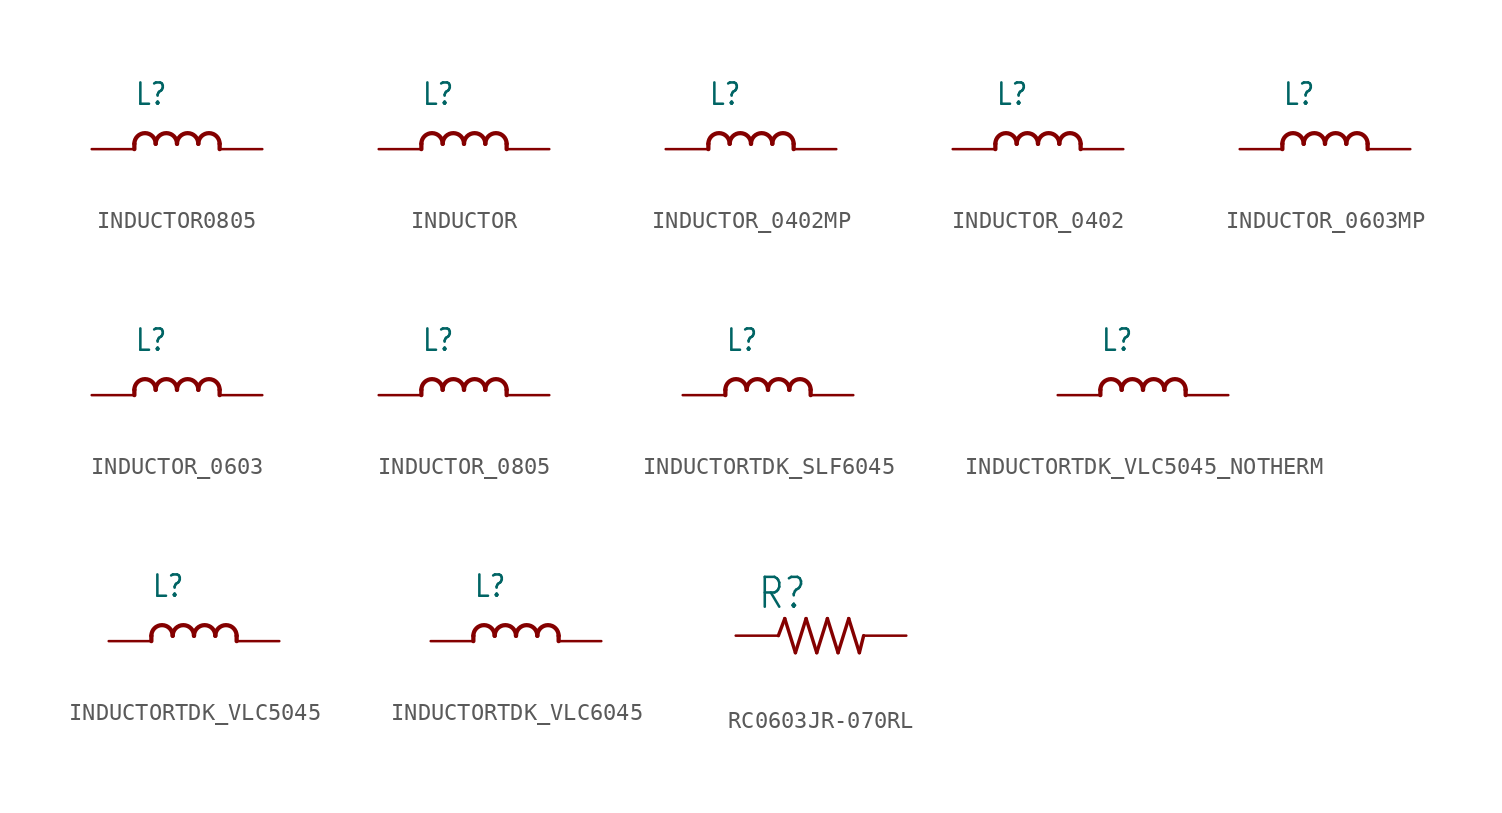
<source format=kicad_sym>
(kicad_symbol_lib
  (version 20220914)
  (generator kicad_symbol_editor)
  (symbol "INDUCTOR0805"
    (property "Reference" "L"
      (at -2.54 2.54 0)
      (effects (font (size 1.27 1.079)) (justify left bottom)))
    (property "Value" ""
      (at -2.54 -2.54 0)
      (effects (font (size 1.27 1.079)) (justify left bottom)))
    (property "ki_locked" ""
      (at 0 0 0)
      (effects (font (size 1.27 1.27))))
    (symbol "INDUCTOR0805_1_0"
      (arc (start -1.27 0.3173) (mid -1.9049 0.9524) (end -2.54 0.3175) (stroke (width 0.254) (type solid)) (fill (type none)))
      (polyline (pts (xy -2.54 0.318) (xy -2.54 0)) (stroke (width 0.254) (type solid)) (fill (type none)))
      (polyline (pts (xy 2.54 0.318) (xy 2.54 0)) (stroke (width 0.254) (type solid)) (fill (type none)))
      (arc (start 0 0.3173) (mid -0.6349 0.9524) (end -1.27 0.3175) (stroke (width 0.254) (type solid)) (fill (type none)))
      (arc (start 1.27 0.3173) (mid 0.6351 0.9524) (end 0 0.3175) (stroke (width 0.254) (type solid)) (fill (type none)))
      (arc (start 2.54 0.3173) (mid 1.9051 0.9524) (end 1.27 0.3175) (stroke (width 0.254) (type solid)) (fill (type none)))
      (pin passive line (at -5.08 0 0) (length 2.54) (name "1" (effects (font (size 0 0)))) (number "1" (effects (font (size 0 0)))))
      (pin passive line (at 5.08 0 180) (length 2.54) (name "2" (effects (font (size 0 0)))) (number "2" (effects (font (size 0 0)))))))
  (symbol "INDUCTOR"
    (property "Reference" "L"
      (at -2.54 2.54 0)
      (effects (font (size 1.27 1.079)) (justify left bottom)))
    (property "Value" ""
      (at -2.54 -2.54 0)
      (effects (font (size 1.27 1.079)) (justify left bottom)))
    (property "ki_locked" ""
      (at 0 0 0)
      (effects (font (size 1.27 1.27))))
    (symbol "INDUCTOR_1_0"
      (arc (start -1.27 0.3173) (mid -1.9049 0.9524) (end -2.54 0.3175) (stroke (width 0.254) (type solid)) (fill (type none)))
      (polyline (pts (xy -2.54 0.318) (xy -2.54 0)) (stroke (width 0.254) (type solid)) (fill (type none)))
      (polyline (pts (xy 2.54 0.318) (xy 2.54 0)) (stroke (width 0.254) (type solid)) (fill (type none)))
      (arc (start 0 0.3173) (mid -0.6349 0.9524) (end -1.27 0.3175) (stroke (width 0.254) (type solid)) (fill (type none)))
      (arc (start 1.27 0.3173) (mid 0.6351 0.9524) (end 0 0.3175) (stroke (width 0.254) (type solid)) (fill (type none)))
      (arc (start 2.54 0.3173) (mid 1.9051 0.9524) (end 1.27 0.3175) (stroke (width 0.254) (type solid)) (fill (type none)))
      (pin passive line (at -5.08 0 0) (length 2.54) (name "1" (effects (font (size 0 0)))) (number "P$1" (effects (font (size 0 0)))))
      (pin passive line (at 5.08 0 180) (length 2.54) (name "2" (effects (font (size 0 0)))) (number "P$2" (effects (font (size 0 0)))))))
  (symbol "INDUCTOR_0402MP"
    (property "Reference" "L"
      (at -2.54 2.54 0)
      (effects (font (size 1.27 1.079)) (justify left bottom)))
    (property "Value" ""
      (at -2.54 -2.54 0)
      (effects (font (size 1.27 1.079)) (justify left bottom)))
    (property "ki_locked" ""
      (at 0 0 0)
      (effects (font (size 1.27 1.27))))
    (symbol "INDUCTOR_0402MP_1_0"
      (arc (start -1.27 0.3173) (mid -1.9049 0.9524) (end -2.54 0.3175) (stroke (width 0.254) (type solid)) (fill (type none)))
      (polyline (pts (xy -2.54 0.318) (xy -2.54 0)) (stroke (width 0.254) (type solid)) (fill (type none)))
      (polyline (pts (xy 2.54 0.318) (xy 2.54 0)) (stroke (width 0.254) (type solid)) (fill (type none)))
      (arc (start 0 0.3173) (mid -0.6349 0.9524) (end -1.27 0.3175) (stroke (width 0.254) (type solid)) (fill (type none)))
      (arc (start 1.27 0.3173) (mid 0.6351 0.9524) (end 0 0.3175) (stroke (width 0.254) (type solid)) (fill (type none)))
      (arc (start 2.54 0.3173) (mid 1.9051 0.9524) (end 1.27 0.3175) (stroke (width 0.254) (type solid)) (fill (type none)))
      (pin passive line (at -5.08 0 0) (length 2.54) (name "1" (effects (font (size 0 0)))) (number "1" (effects (font (size 0 0)))))
      (pin passive line (at 5.08 0 180) (length 2.54) (name "2" (effects (font (size 0 0)))) (number "2" (effects (font (size 0 0)))))))
  (symbol "INDUCTOR_0402"
    (property "Reference" "L"
      (at -2.54 2.54 0)
      (effects (font (size 1.27 1.079)) (justify left bottom)))
    (property "Value" ""
      (at -2.54 -2.54 0)
      (effects (font (size 1.27 1.079)) (justify left bottom)))
    (property "ki_locked" ""
      (at 0 0 0)
      (effects (font (size 1.27 1.27))))
    (symbol "INDUCTOR_0402_1_0"
      (arc (start -1.27 0.3173) (mid -1.9049 0.9524) (end -2.54 0.3175) (stroke (width 0.254) (type solid)) (fill (type none)))
      (polyline (pts (xy -2.54 0.318) (xy -2.54 0)) (stroke (width 0.254) (type solid)) (fill (type none)))
      (polyline (pts (xy 2.54 0.318) (xy 2.54 0)) (stroke (width 0.254) (type solid)) (fill (type none)))
      (arc (start 0 0.3173) (mid -0.6349 0.9524) (end -1.27 0.3175) (stroke (width 0.254) (type solid)) (fill (type none)))
      (arc (start 1.27 0.3173) (mid 0.6351 0.9524) (end 0 0.3175) (stroke (width 0.254) (type solid)) (fill (type none)))
      (arc (start 2.54 0.3173) (mid 1.9051 0.9524) (end 1.27 0.3175) (stroke (width 0.254) (type solid)) (fill (type none)))
      (pin passive line (at -5.08 0 0) (length 2.54) (name "1" (effects (font (size 0 0)))) (number "1" (effects (font (size 0 0)))))
      (pin passive line (at 5.08 0 180) (length 2.54) (name "2" (effects (font (size 0 0)))) (number "2" (effects (font (size 0 0)))))))
  (symbol "INDUCTOR_0603MP"
    (property "Reference" "L"
      (at -2.54 2.54 0)
      (effects (font (size 1.27 1.079)) (justify left bottom)))
    (property "Value" ""
      (at -2.54 -2.54 0)
      (effects (font (size 1.27 1.079)) (justify left bottom)))
    (property "ki_locked" ""
      (at 0 0 0)
      (effects (font (size 1.27 1.27))))
    (symbol "INDUCTOR_0603MP_1_0"
      (arc (start -1.27 0.3173) (mid -1.9049 0.9524) (end -2.54 0.3175) (stroke (width 0.254) (type solid)) (fill (type none)))
      (polyline (pts (xy -2.54 0.318) (xy -2.54 0)) (stroke (width 0.254) (type solid)) (fill (type none)))
      (polyline (pts (xy 2.54 0.318) (xy 2.54 0)) (stroke (width 0.254) (type solid)) (fill (type none)))
      (arc (start 0 0.3173) (mid -0.6349 0.9524) (end -1.27 0.3175) (stroke (width 0.254) (type solid)) (fill (type none)))
      (arc (start 1.27 0.3173) (mid 0.6351 0.9524) (end 0 0.3175) (stroke (width 0.254) (type solid)) (fill (type none)))
      (arc (start 2.54 0.3173) (mid 1.9051 0.9524) (end 1.27 0.3175) (stroke (width 0.254) (type solid)) (fill (type none)))
      (pin passive line (at -5.08 0 0) (length 2.54) (name "1" (effects (font (size 0 0)))) (number "1" (effects (font (size 0 0)))))
      (pin passive line (at 5.08 0 180) (length 2.54) (name "2" (effects (font (size 0 0)))) (number "2" (effects (font (size 0 0)))))))
  (symbol "INDUCTOR_0603"
    (property "Reference" "L"
      (at -2.54 2.54 0)
      (effects (font (size 1.27 1.079)) (justify left bottom)))
    (property "Value" ""
      (at -2.54 -2.54 0)
      (effects (font (size 1.27 1.079)) (justify left bottom)))
    (property "ki_locked" ""
      (at 0 0 0)
      (effects (font (size 1.27 1.27))))
    (symbol "INDUCTOR_0603_1_0"
      (arc (start -1.27 0.3173) (mid -1.9049 0.9524) (end -2.54 0.3175) (stroke (width 0.254) (type solid)) (fill (type none)))
      (polyline (pts (xy -2.54 0.318) (xy -2.54 0)) (stroke (width 0.254) (type solid)) (fill (type none)))
      (polyline (pts (xy 2.54 0.318) (xy 2.54 0)) (stroke (width 0.254) (type solid)) (fill (type none)))
      (arc (start 0 0.3173) (mid -0.6349 0.9524) (end -1.27 0.3175) (stroke (width 0.254) (type solid)) (fill (type none)))
      (arc (start 1.27 0.3173) (mid 0.6351 0.9524) (end 0 0.3175) (stroke (width 0.254) (type solid)) (fill (type none)))
      (arc (start 2.54 0.3173) (mid 1.9051 0.9524) (end 1.27 0.3175) (stroke (width 0.254) (type solid)) (fill (type none)))
      (pin passive line (at -5.08 0 0) (length 2.54) (name "1" (effects (font (size 0 0)))) (number "1" (effects (font (size 0 0)))))
      (pin passive line (at 5.08 0 180) (length 2.54) (name "2" (effects (font (size 0 0)))) (number "2" (effects (font (size 0 0)))))))
  (symbol "INDUCTOR_0805"
    (property "Reference" "L"
      (at -2.54 2.54 0)
      (effects (font (size 1.27 1.079)) (justify left bottom)))
    (property "Value" ""
      (at -2.54 -2.54 0)
      (effects (font (size 1.27 1.079)) (justify left bottom)))
    (property "ki_locked" ""
      (at 0 0 0)
      (effects (font (size 1.27 1.27))))
    (symbol "INDUCTOR_0805_1_0"
      (arc (start -1.27 0.3173) (mid -1.9049 0.9524) (end -2.54 0.3175) (stroke (width 0.254) (type solid)) (fill (type none)))
      (polyline (pts (xy -2.54 0.318) (xy -2.54 0)) (stroke (width 0.254) (type solid)) (fill (type none)))
      (polyline (pts (xy 2.54 0.318) (xy 2.54 0)) (stroke (width 0.254) (type solid)) (fill (type none)))
      (arc (start 0 0.3173) (mid -0.6349 0.9524) (end -1.27 0.3175) (stroke (width 0.254) (type solid)) (fill (type none)))
      (arc (start 1.27 0.3173) (mid 0.6351 0.9524) (end 0 0.3175) (stroke (width 0.254) (type solid)) (fill (type none)))
      (arc (start 2.54 0.3173) (mid 1.9051 0.9524) (end 1.27 0.3175) (stroke (width 0.254) (type solid)) (fill (type none)))
      (pin passive line (at -5.08 0 0) (length 2.54) (name "1" (effects (font (size 0 0)))) (number "1" (effects (font (size 0 0)))))
      (pin passive line (at 5.08 0 180) (length 2.54) (name "2" (effects (font (size 0 0)))) (number "2" (effects (font (size 0 0)))))))
  (symbol "INDUCTORTDK_SLF6045"
    (property "Reference" "L"
      (at -2.54 2.54 0)
      (effects (font (size 1.27 1.079)) (justify left bottom)))
    (property "Value" ""
      (at -2.54 -2.54 0)
      (effects (font (size 1.27 1.079)) (justify left bottom)))
    (property "ki_locked" ""
      (at 0 0 0)
      (effects (font (size 1.27 1.27))))
    (symbol "INDUCTORTDK_SLF6045_1_0"
      (arc (start -1.27 0.3173) (mid -1.9049 0.9524) (end -2.54 0.3175) (stroke (width 0.254) (type solid)) (fill (type none)))
      (polyline (pts (xy -2.54 0.318) (xy -2.54 0)) (stroke (width 0.254) (type solid)) (fill (type none)))
      (polyline (pts (xy 2.54 0.318) (xy 2.54 0)) (stroke (width 0.254) (type solid)) (fill (type none)))
      (arc (start 0 0.3173) (mid -0.6349 0.9524) (end -1.27 0.3175) (stroke (width 0.254) (type solid)) (fill (type none)))
      (arc (start 1.27 0.3173) (mid 0.6351 0.9524) (end 0 0.3175) (stroke (width 0.254) (type solid)) (fill (type none)))
      (arc (start 2.54 0.3173) (mid 1.9051 0.9524) (end 1.27 0.3175) (stroke (width 0.254) (type solid)) (fill (type none)))
      (pin passive line (at -5.08 0 0) (length 2.54) (name "1" (effects (font (size 0 0)))) (number "P$1" (effects (font (size 0 0)))))
      (pin passive line (at 5.08 0 180) (length 2.54) (name "2" (effects (font (size 0 0)))) (number "P$2" (effects (font (size 0 0)))))))
  (symbol "INDUCTORTDK_VLC5045_NOTHERM"
    (property "Reference" "L"
      (at -2.54 2.54 0)
      (effects (font (size 1.27 1.079)) (justify left bottom)))
    (property "Value" ""
      (at -2.54 -2.54 0)
      (effects (font (size 1.27 1.079)) (justify left bottom)))
    (property "ki_locked" ""
      (at 0 0 0)
      (effects (font (size 1.27 1.27))))
    (symbol "INDUCTORTDK_VLC5045_NOTHERM_1_0"
      (arc (start -1.27 0.3173) (mid -1.9049 0.9524) (end -2.54 0.3175) (stroke (width 0.254) (type solid)) (fill (type none)))
      (polyline (pts (xy -2.54 0.318) (xy -2.54 0)) (stroke (width 0.254) (type solid)) (fill (type none)))
      (polyline (pts (xy 2.54 0.318) (xy 2.54 0)) (stroke (width 0.254) (type solid)) (fill (type none)))
      (arc (start 0 0.3173) (mid -0.6349 0.9524) (end -1.27 0.3175) (stroke (width 0.254) (type solid)) (fill (type none)))
      (arc (start 1.27 0.3173) (mid 0.6351 0.9524) (end 0 0.3175) (stroke (width 0.254) (type solid)) (fill (type none)))
      (arc (start 2.54 0.3173) (mid 1.9051 0.9524) (end 1.27 0.3175) (stroke (width 0.254) (type solid)) (fill (type none)))
      (pin passive line (at -5.08 0 0) (length 2.54) (name "1" (effects (font (size 0 0)))) (number "P$1" (effects (font (size 0 0)))))
      (pin passive line (at 5.08 0 180) (length 2.54) (name "2" (effects (font (size 0 0)))) (number "P$2" (effects (font (size 0 0)))))))
  (symbol "INDUCTORTDK_VLC5045"
    (property "Reference" "L"
      (at -2.54 2.54 0)
      (effects (font (size 1.27 1.079)) (justify left bottom)))
    (property "Value" ""
      (at -2.54 -2.54 0)
      (effects (font (size 1.27 1.079)) (justify left bottom)))
    (property "ki_locked" ""
      (at 0 0 0)
      (effects (font (size 1.27 1.27))))
    (symbol "INDUCTORTDK_VLC5045_1_0"
      (arc (start -1.27 0.3173) (mid -1.9049 0.9524) (end -2.54 0.3175) (stroke (width 0.254) (type solid)) (fill (type none)))
      (polyline (pts (xy -2.54 0.318) (xy -2.54 0)) (stroke (width 0.254) (type solid)) (fill (type none)))
      (polyline (pts (xy 2.54 0.318) (xy 2.54 0)) (stroke (width 0.254) (type solid)) (fill (type none)))
      (arc (start 0 0.3173) (mid -0.6349 0.9524) (end -1.27 0.3175) (stroke (width 0.254) (type solid)) (fill (type none)))
      (arc (start 1.27 0.3173) (mid 0.6351 0.9524) (end 0 0.3175) (stroke (width 0.254) (type solid)) (fill (type none)))
      (arc (start 2.54 0.3173) (mid 1.9051 0.9524) (end 1.27 0.3175) (stroke (width 0.254) (type solid)) (fill (type none)))
      (pin passive line (at -5.08 0 0) (length 2.54) (name "1" (effects (font (size 0 0)))) (number "P$1" (effects (font (size 0 0)))))
      (pin passive line (at 5.08 0 180) (length 2.54) (name "2" (effects (font (size 0 0)))) (number "P$2" (effects (font (size 0 0)))))))
  (symbol "INDUCTORTDK_VLC6045"
    (property "Reference" "L"
      (at -2.54 2.54 0)
      (effects (font (size 1.27 1.079)) (justify left bottom)))
    (property "Value" ""
      (at -2.54 -2.54 0)
      (effects (font (size 1.27 1.079)) (justify left bottom)))
    (property "ki_locked" ""
      (at 0 0 0)
      (effects (font (size 1.27 1.27))))
    (symbol "INDUCTORTDK_VLC6045_1_0"
      (arc (start -1.27 0.3173) (mid -1.9049 0.9524) (end -2.54 0.3175) (stroke (width 0.254) (type solid)) (fill (type none)))
      (polyline (pts (xy -2.54 0.318) (xy -2.54 0)) (stroke (width 0.254) (type solid)) (fill (type none)))
      (polyline (pts (xy 2.54 0.318) (xy 2.54 0)) (stroke (width 0.254) (type solid)) (fill (type none)))
      (arc (start 0 0.3173) (mid -0.6349 0.9524) (end -1.27 0.3175) (stroke (width 0.254) (type solid)) (fill (type none)))
      (arc (start 1.27 0.3173) (mid 0.6351 0.9524) (end 0 0.3175) (stroke (width 0.254) (type solid)) (fill (type none)))
      (arc (start 2.54 0.3173) (mid 1.9051 0.9524) (end 1.27 0.3175) (stroke (width 0.254) (type solid)) (fill (type none)))
      (pin passive line (at -5.08 0 0) (length 2.54) (name "1" (effects (font (size 0 0)))) (number "P$1" (effects (font (size 0 0)))))
      (pin passive line (at 5.08 0 180) (length 2.54) (name "2" (effects (font (size 0 0)))) (number "P$2" (effects (font (size 0 0)))))))
  (symbol "RC0603JR-070RL"
    (property "Reference" "R"
      (at -3.81 1.499 0)
      (effects (font (size 1.778 1.511)) (justify left bottom)))
    (property "Value" ""
      (at -3.81 -3.302 0)
      (effects (font (size 1.778 1.511)) (justify left bottom)))
    (property "ki_locked" ""
      (at 0 0 0)
      (effects (font (size 1.27 1.27))))
    (symbol "RC0603JR-070RL_1_0"
      (polyline (pts (xy -2.54 0) (xy -2.159 1.016)) (stroke (width 0.203) (type solid)) (fill (type none)))
      (polyline (pts (xy -2.159 1.016) (xy -1.524 -1.016)) (stroke (width 0.203) (type solid)) (fill (type none)))
      (polyline (pts (xy -1.524 -1.016) (xy -0.889 1.016)) (stroke (width 0.203) (type solid)) (fill (type none)))
      (polyline (pts (xy -0.889 1.016) (xy -0.254 -1.016)) (stroke (width 0.203) (type solid)) (fill (type none)))
      (polyline (pts (xy -0.254 -1.016) (xy 0.381 1.016)) (stroke (width 0.203) (type solid)) (fill (type none)))
      (polyline (pts (xy 0.381 1.016) (xy 1.016 -1.016)) (stroke (width 0.203) (type solid)) (fill (type none)))
      (polyline (pts (xy 1.016 -1.016) (xy 1.651 1.016)) (stroke (width 0.203) (type solid)) (fill (type none)))
      (polyline (pts (xy 1.651 1.016) (xy 2.286 -1.016)) (stroke (width 0.203) (type solid)) (fill (type none)))
      (polyline (pts (xy 2.286 -1.016) (xy 2.54 0)) (stroke (width 0.203) (type solid)) (fill (type none)))
      (pin passive line (at -5.08 0 0) (length 2.54) (name "1" (effects (font (size 0 0)))) (number "1" (effects (font (size 0 0)))))
      (pin passive line (at 5.08 0 180) (length 2.54) (name "2" (effects (font (size 0 0)))) (number "2" (effects (font (size 0 0))))))))
</source>
